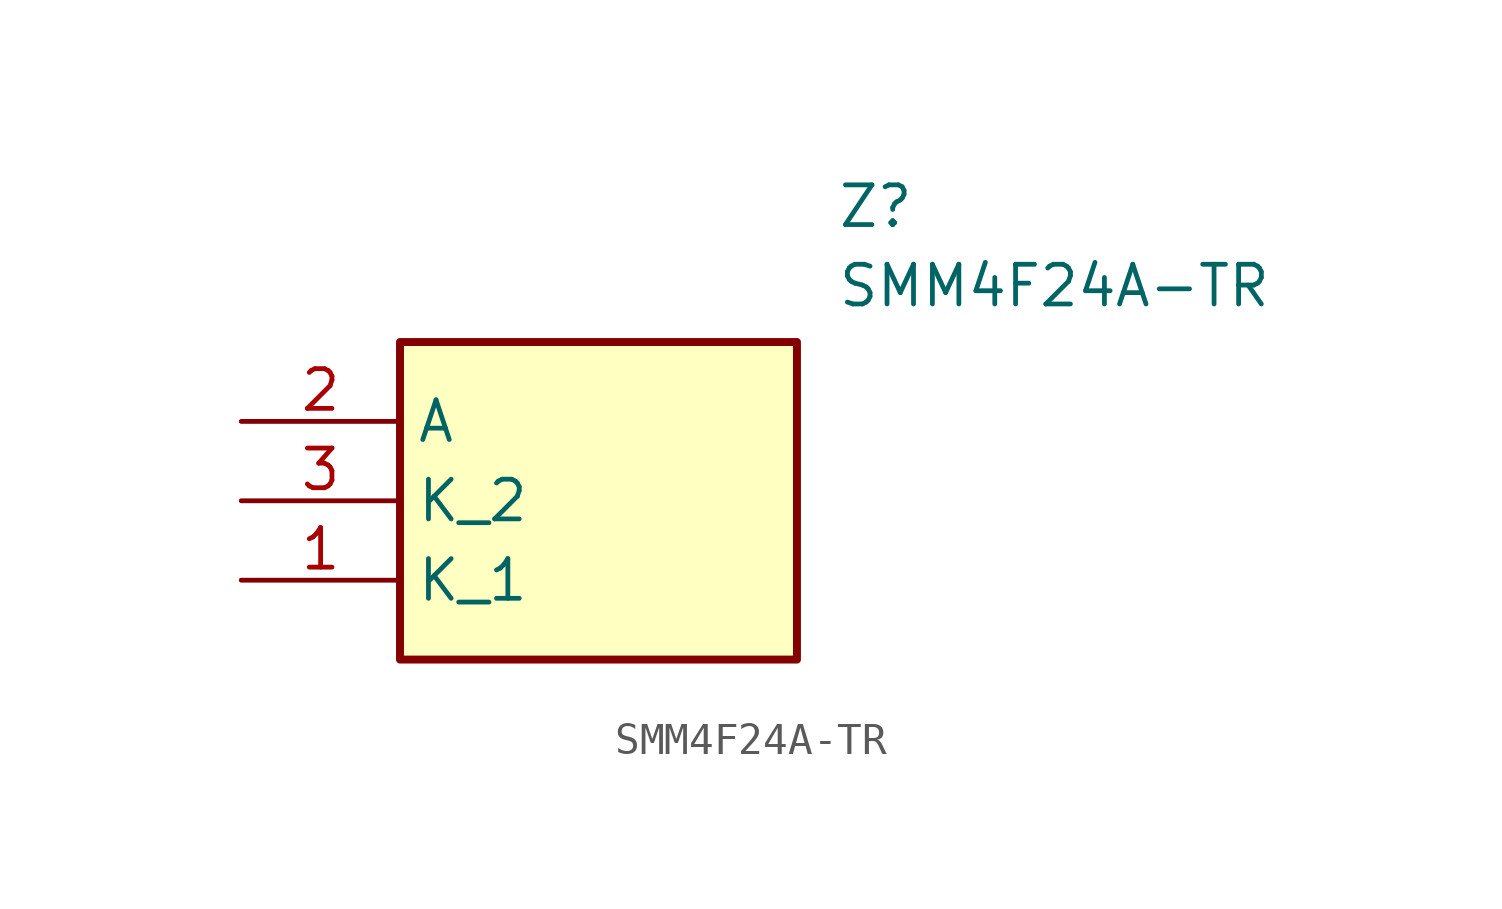
<source format=kicad_sym>
(kicad_symbol_lib
  (version 20211014)
  (generator SamacSys_ECAD_Model)
  (symbol "SMM4F24A-TR"
    (property "Reference" "Z"
      (at 19.05 7.62 0)
      (effects (font (size 1.27 1.27)) (justify left top)))
    (property "Value" "SMM4F24A-TR"
      (at 19.05 5.08 0)
      (effects (font (size 1.27 1.27)) (justify left top)))
    (rectangle
      (start 5.08 2.54)
      (end 17.78 -7.62)
      (stroke (width 0.254) (type default))
      (fill (type background)))
    (pin passive line
      (at 0 -5.08 0)
      (length 5.08)
      (name "K_1" (effects (font (size 1.27 1.27))))
      (number "1" (effects (font (size 1.27 1.27)))))
    (pin passive line
      (at 0 0 0)
      (length 5.08)
      (name "A" (effects (font (size 1.27 1.27))))
      (number "2" (effects (font (size 1.27 1.27)))))
    (pin passive line
      (at 0 -2.54 0)
      (length 5.08)
      (name "K_2" (effects (font (size 1.27 1.27))))
      (number "3" (effects (font (size 1.27 1.27)))))))
</source>
